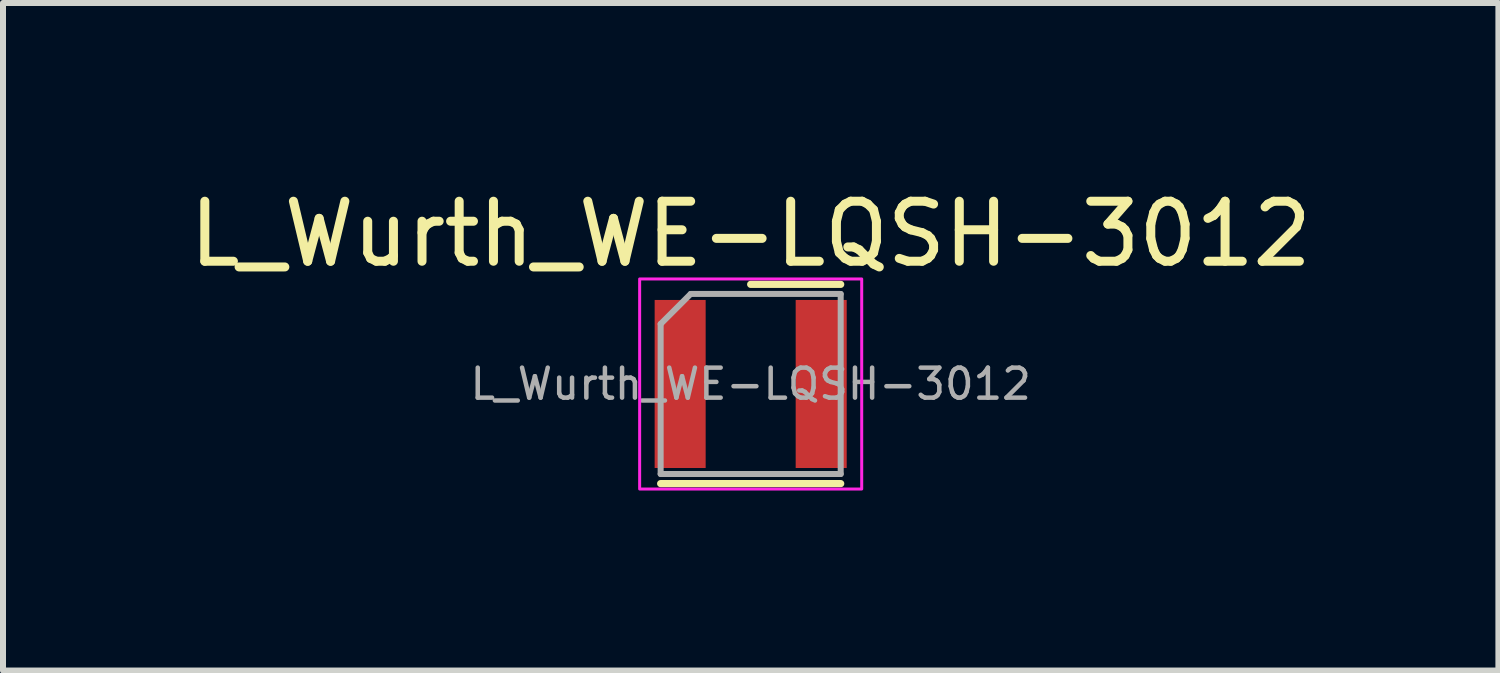
<source format=kicad_pcb>
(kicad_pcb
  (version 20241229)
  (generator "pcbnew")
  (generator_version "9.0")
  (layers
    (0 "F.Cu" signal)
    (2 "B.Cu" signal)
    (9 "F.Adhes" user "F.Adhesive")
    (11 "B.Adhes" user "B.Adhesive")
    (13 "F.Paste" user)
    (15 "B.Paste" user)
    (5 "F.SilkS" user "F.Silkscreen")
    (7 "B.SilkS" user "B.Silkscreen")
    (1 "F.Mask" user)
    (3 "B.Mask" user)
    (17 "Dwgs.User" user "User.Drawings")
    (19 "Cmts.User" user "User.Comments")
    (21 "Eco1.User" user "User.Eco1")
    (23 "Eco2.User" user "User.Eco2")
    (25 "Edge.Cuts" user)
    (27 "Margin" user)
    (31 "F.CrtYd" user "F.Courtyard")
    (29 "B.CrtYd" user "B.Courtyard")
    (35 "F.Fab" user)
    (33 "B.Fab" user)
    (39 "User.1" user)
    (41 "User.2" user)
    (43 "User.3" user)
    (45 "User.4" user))
  (footprint "L_Wurth_WE-LQSH-3012"
    (layer "F.Cu")
    (at 9.458 3.348)
    (property "Reference" "L_Wurth_WE-LQSH-3012" (at 0 -2.5 0) (unlocked yes) (layer "F.SilkS") (effects (font (size 1 1) (thickness 0.15))))
    (attr smd)
    (fp_line (start -1.5 1.66) (end 1.5 1.66) (stroke (width 0.12) (type solid)) (layer "F.SilkS"))
    (fp_line (start 0 -1.66) (end 1.5 -1.66) (stroke (width 0.12) (type solid)) (layer "F.SilkS"))
    (fp_rect (start -1.85 -1.75) (end 1.85 1.75) (stroke (width 0.05) (type solid)) (fill no) (layer "F.CrtYd"))
    (fp_line (start -1.5 -1) (end -1.5 1.5) (stroke (width 0.1) (type solid)) (layer "F.Fab"))
    (fp_line (start -1.5 -1) (end -1 -1.5) (stroke (width 0.1) (type solid)) (layer "F.Fab"))
    (fp_line (start -1.5 1.5) (end 1.5 1.5) (stroke (width 0.1) (type solid)) (layer "F.Fab"))
    (fp_line (start -1 -1.5) (end 1.5 -1.5) (stroke (width 0.1) (type solid)) (layer "F.Fab"))
    (fp_line (start 1.5 -1.5) (end 1.5 1.5) (stroke (width 0.1) (type solid)) (layer "F.Fab"))
    (fp_text user "${REFERENCE}" (at 0 0 0) (unlocked yes) (layer "F.Fab") (effects (font (size 0.5 0.5) (thickness 0.075))))
    (pad "1" smd rect (at -1.175 0) (size 0.85 2.8) (layers "F.Cu" "F.Mask" "F.Paste"))
    (pad "2" smd rect (at 1.175 0) (size 0.85 2.8) (layers "F.Cu" "F.Mask" "F.Paste")))
  (gr_rect
    (start -3 -3)
    (end 21.917 8.123)
    (stroke (width 0.1) (type default))
    (fill no)
    (layer "Edge.Cuts")))
</source>
